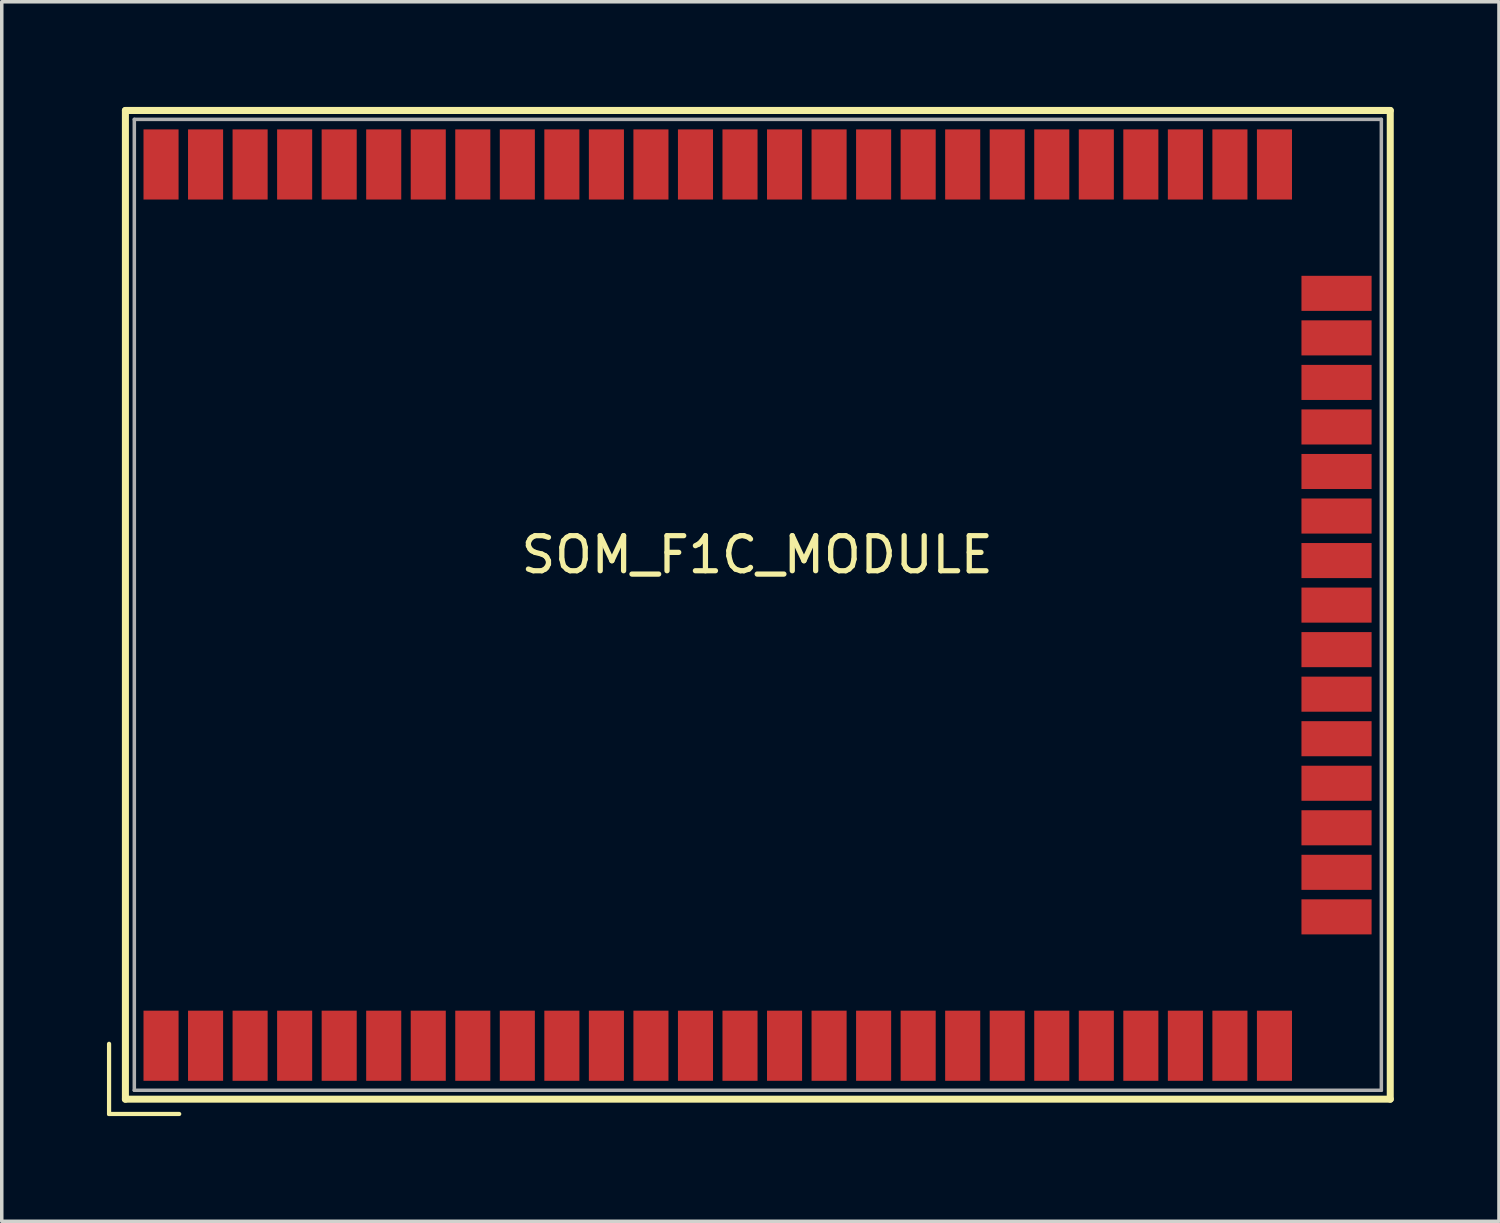
<source format=kicad_pcb>
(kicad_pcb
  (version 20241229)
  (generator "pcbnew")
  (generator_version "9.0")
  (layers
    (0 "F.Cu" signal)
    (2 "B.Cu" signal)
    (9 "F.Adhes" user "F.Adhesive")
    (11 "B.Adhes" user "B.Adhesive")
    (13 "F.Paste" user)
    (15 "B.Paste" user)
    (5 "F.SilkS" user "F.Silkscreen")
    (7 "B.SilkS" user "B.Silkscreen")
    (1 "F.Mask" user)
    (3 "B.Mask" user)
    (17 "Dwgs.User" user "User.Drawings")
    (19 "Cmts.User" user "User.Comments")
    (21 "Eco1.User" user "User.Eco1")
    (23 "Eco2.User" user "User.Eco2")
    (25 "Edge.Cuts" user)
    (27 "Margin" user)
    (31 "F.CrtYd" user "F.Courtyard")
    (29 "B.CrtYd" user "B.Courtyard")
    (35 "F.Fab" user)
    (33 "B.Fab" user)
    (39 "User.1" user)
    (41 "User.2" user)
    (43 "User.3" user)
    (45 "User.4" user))
  (footprint "SOM_F1C_MODULE"
    (layer "F.Cu")
    (at 18.56 13.816)
    (property "Reference" "SOM_F1C_MODULE" (at -0.018 -1.046 0) (layer "F.SilkS") (effects (font (size 1 1) (thickness 0.15))))
    (attr through_hole)
    (fp_line (start -18.5 14.9) (end -18.5 12.9) (stroke (width 0.12) (type solid)) (layer "F.SilkS"))
    (fp_line (start -18.5 14.9) (end -16.5 14.9) (stroke (width 0.12) (type solid)) (layer "F.SilkS"))
    (fp_line (start -18.034 -13.716) (end -18.034 14.478) (stroke (width 0.2) (type solid)) (layer "F.SilkS"))
    (fp_line (start -18.034 -13.716) (end 18.034 -13.716) (stroke (width 0.2) (type solid)) (layer "F.SilkS"))
    (fp_line (start -18.034 14.478) (end 18.034 14.478) (stroke (width 0.2) (type solid)) (layer "F.SilkS"))
    (fp_line (start 18.034 -13.716) (end 18.034 14.478) (stroke (width 0.2) (type solid)) (layer "F.SilkS"))
    (fp_line (start -17.78 -13.462) (end -17.78 14.224) (stroke (width 0.1) (type solid)) (layer "F.Fab"))
    (fp_line (start -17.78 -13.462) (end 17.78 -13.462) (stroke (width 0.1) (type solid)) (layer "F.Fab"))
    (fp_line (start -17.78 14.224) (end 17.78 14.224) (stroke (width 0.1) (type solid)) (layer "F.Fab"))
    (fp_line (start 17.78 -13.462) (end 17.78 14.224) (stroke (width 0.1) (type solid)) (layer "F.Fab"))
    (pad "1" smd rect (at -17.018 12.954) (size 1 2) (layers "F.Cu" "F.Mask" "F.Paste"))
    (pad "2" smd rect (at -15.748 12.954) (size 1 2) (layers "F.Cu" "F.Mask" "F.Paste"))
    (pad "3" smd rect (at -14.478 12.954) (size 1 2) (layers "F.Cu" "F.Mask" "F.Paste"))
    (pad "4" smd rect (at -13.208 12.954) (size 1 2) (layers "F.Cu" "F.Mask" "F.Paste"))
    (pad "5" smd rect (at -11.938 12.954) (size 1 2) (layers "F.Cu" "F.Mask" "F.Paste"))
    (pad "6" smd rect (at -10.668 12.954) (size 1 2) (layers "F.Cu" "F.Mask" "F.Paste"))
    (pad "7" smd rect (at -9.398 12.954) (size 1 2) (layers "F.Cu" "F.Mask" "F.Paste"))
    (pad "8" smd rect (at -8.128 12.954) (size 1 2) (layers "F.Cu" "F.Mask" "F.Paste"))
    (pad "9" smd rect (at -6.858 12.954) (size 1 2) (layers "F.Cu" "F.Mask" "F.Paste"))
    (pad "10" smd rect (at -5.588 12.954) (size 1 2) (layers "F.Cu" "F.Mask" "F.Paste"))
    (pad "11" smd rect (at -4.318 12.954) (size 1 2) (layers "F.Cu" "F.Mask" "F.Paste"))
    (pad "12" smd rect (at -3.048 12.954) (size 1 2) (layers "F.Cu" "F.Mask" "F.Paste"))
    (pad "13" smd rect (at -1.778 12.954) (size 1 2) (layers "F.Cu" "F.Mask" "F.Paste"))
    (pad "14" smd rect (at -0.508 12.954) (size 1 2) (layers "F.Cu" "F.Mask" "F.Paste"))
    (pad "15" smd rect (at 0.762 12.954) (size 1 2) (layers "F.Cu" "F.Mask" "F.Paste"))
    (pad "16" smd rect (at 2.032 12.954) (size 1 2) (layers "F.Cu" "F.Mask" "F.Paste"))
    (pad "17" smd rect (at 3.302 12.954) (size 1 2) (layers "F.Cu" "F.Mask" "F.Paste"))
    (pad "18" smd rect (at 4.572 12.954) (size 1 2) (layers "F.Cu" "F.Mask" "F.Paste"))
    (pad "19" smd rect (at 5.842 12.954) (size 1 2) (layers "F.Cu" "F.Mask" "F.Paste"))
    (pad "20" smd rect (at 7.112 12.954) (size 1 2) (layers "F.Cu" "F.Mask" "F.Paste"))
    (pad "21" smd rect (at 8.382 12.954) (size 1 2) (layers "F.Cu" "F.Mask" "F.Paste"))
    (pad "22" smd rect (at 9.652 12.954) (size 1 2) (layers "F.Cu" "F.Mask" "F.Paste"))
    (pad "23" smd rect (at 10.922 12.954) (size 1 2) (layers "F.Cu" "F.Mask" "F.Paste"))
    (pad "24" smd rect (at 12.192 12.954) (size 1 2) (layers "F.Cu" "F.Mask" "F.Paste"))
    (pad "25" smd rect (at 13.462 12.954) (size 1 2) (layers "F.Cu" "F.Mask" "F.Paste"))
    (pad "26" smd rect (at 14.732 12.954) (size 1 2) (layers "F.Cu" "F.Mask" "F.Paste"))
    (pad "27" smd rect (at 16.502 9.279 90) (size 1 2) (layers "F.Cu" "F.Mask" "F.Paste"))
    (pad "28" smd rect (at 16.502 8.009 90) (size 1 2) (layers "F.Cu" "F.Mask" "F.Paste"))
    (pad "29" smd rect (at 16.502 6.739 90) (size 1 2) (layers "F.Cu" "F.Mask" "F.Paste"))
    (pad "30" smd rect (at 16.502 5.469 90) (size 1 2) (layers "F.Cu" "F.Mask" "F.Paste"))
    (pad "31" smd rect (at 16.502 4.199 90) (size 1 2) (layers "F.Cu" "F.Mask" "F.Paste"))
    (pad "32" smd rect (at 16.502 2.929 90) (size 1 2) (layers "F.Cu" "F.Mask" "F.Paste"))
    (pad "33" smd rect (at 16.502 1.659 90) (size 1 2) (layers "F.Cu" "F.Mask" "F.Paste"))
    (pad "34" smd rect (at 16.502 0.389 90) (size 1 2) (layers "F.Cu" "F.Mask" "F.Paste"))
    (pad "35" smd rect (at 16.502 -0.881 90) (size 1 2) (layers "F.Cu" "F.Mask" "F.Paste"))
    (pad "36" smd rect (at 16.502 -2.151 90) (size 1 2) (layers "F.Cu" "F.Mask" "F.Paste"))
    (pad "37" smd rect (at 16.502 -3.421 90) (size 1 2) (layers "F.Cu" "F.Mask" "F.Paste"))
    (pad "38" smd rect (at 16.502 -4.691 90) (size 1 2) (layers "F.Cu" "F.Mask" "F.Paste"))
    (pad "39" smd rect (at 16.502 -5.961 90) (size 1 2) (layers "F.Cu" "F.Mask" "F.Paste"))
    (pad "40" smd rect (at 16.502 -7.231 90) (size 1 2) (layers "F.Cu" "F.Mask" "F.Paste"))
    (pad "41" smd rect (at 16.502 -8.501 90) (size 1 2) (layers "F.Cu" "F.Mask" "F.Paste"))
    (pad "42" smd rect (at 14.732 -12.176) (size 1 2) (layers "F.Cu" "F.Mask" "F.Paste"))
    (pad "43" smd rect (at 13.462 -12.176) (size 1 2) (layers "F.Cu" "F.Mask" "F.Paste"))
    (pad "44" smd rect (at 12.192 -12.176) (size 1 2) (layers "F.Cu" "F.Mask" "F.Paste"))
    (pad "45" smd rect (at 10.922 -12.176) (size 1 2) (layers "F.Cu" "F.Mask" "F.Paste"))
    (pad "46" smd rect (at 9.652 -12.176) (size 1 2) (layers "F.Cu" "F.Mask" "F.Paste"))
    (pad "47" smd rect (at 8.382 -12.176) (size 1 2) (layers "F.Cu" "F.Mask" "F.Paste"))
    (pad "48" smd rect (at 7.112 -12.176) (size 1 2) (layers "F.Cu" "F.Mask" "F.Paste"))
    (pad "49" smd rect (at 5.842 -12.176) (size 1 2) (layers "F.Cu" "F.Mask" "F.Paste"))
    (pad "50" smd rect (at 4.572 -12.176) (size 1 2) (layers "F.Cu" "F.Mask" "F.Paste"))
    (pad "51" smd rect (at 3.302 -12.176) (size 1 2) (layers "F.Cu" "F.Mask" "F.Paste"))
    (pad "52" smd rect (at 2.032 -12.176) (size 1 2) (layers "F.Cu" "F.Mask" "F.Paste"))
    (pad "53" smd rect (at 0.762 -12.176) (size 1 2) (layers "F.Cu" "F.Mask" "F.Paste"))
    (pad "54" smd rect (at -0.508 -12.176) (size 1 2) (layers "F.Cu" "F.Mask" "F.Paste"))
    (pad "55" smd rect (at -1.778 -12.176) (size 1 2) (layers "F.Cu" "F.Mask" "F.Paste"))
    (pad "56" smd rect (at -3.048 -12.176) (size 1 2) (layers "F.Cu" "F.Mask" "F.Paste"))
    (pad "57" smd rect (at -4.318 -12.176) (size 1 2) (layers "F.Cu" "F.Mask" "F.Paste"))
    (pad "58" smd rect (at -5.588 -12.176) (size 1 2) (layers "F.Cu" "F.Mask" "F.Paste"))
    (pad "59" smd rect (at -6.858 -12.176) (size 1 2) (layers "F.Cu" "F.Mask" "F.Paste"))
    (pad "60" smd rect (at -8.128 -12.176) (size 1 2) (layers "F.Cu" "F.Mask" "F.Paste"))
    (pad "61" smd rect (at -9.398 -12.176) (size 1 2) (layers "F.Cu" "F.Mask" "F.Paste"))
    (pad "62" smd rect (at -10.668 -12.176) (size 1 2) (layers "F.Cu" "F.Mask" "F.Paste"))
    (pad "63" smd rect (at -11.938 -12.176) (size 1 2) (layers "F.Cu" "F.Mask" "F.Paste"))
    (pad "64" smd rect (at -13.208 -12.176) (size 1 2) (layers "F.Cu" "F.Mask" "F.Paste"))
    (pad "65" smd rect (at -14.478 -12.176) (size 1 2) (layers "F.Cu" "F.Mask" "F.Paste"))
    (pad "66" smd rect (at -15.748 -12.176) (size 1 2) (layers "F.Cu" "F.Mask" "F.Paste"))
    (pad "67" smd rect (at -17.018 -12.176) (size 1 2) (layers "F.Cu" "F.Mask" "F.Paste")))
  (gr_rect
    (start -3 -3)
    (end 39.694 31.776)
    (stroke (width 0.1) (type default))
    (fill no)
    (layer "Edge.Cuts")))
</source>
